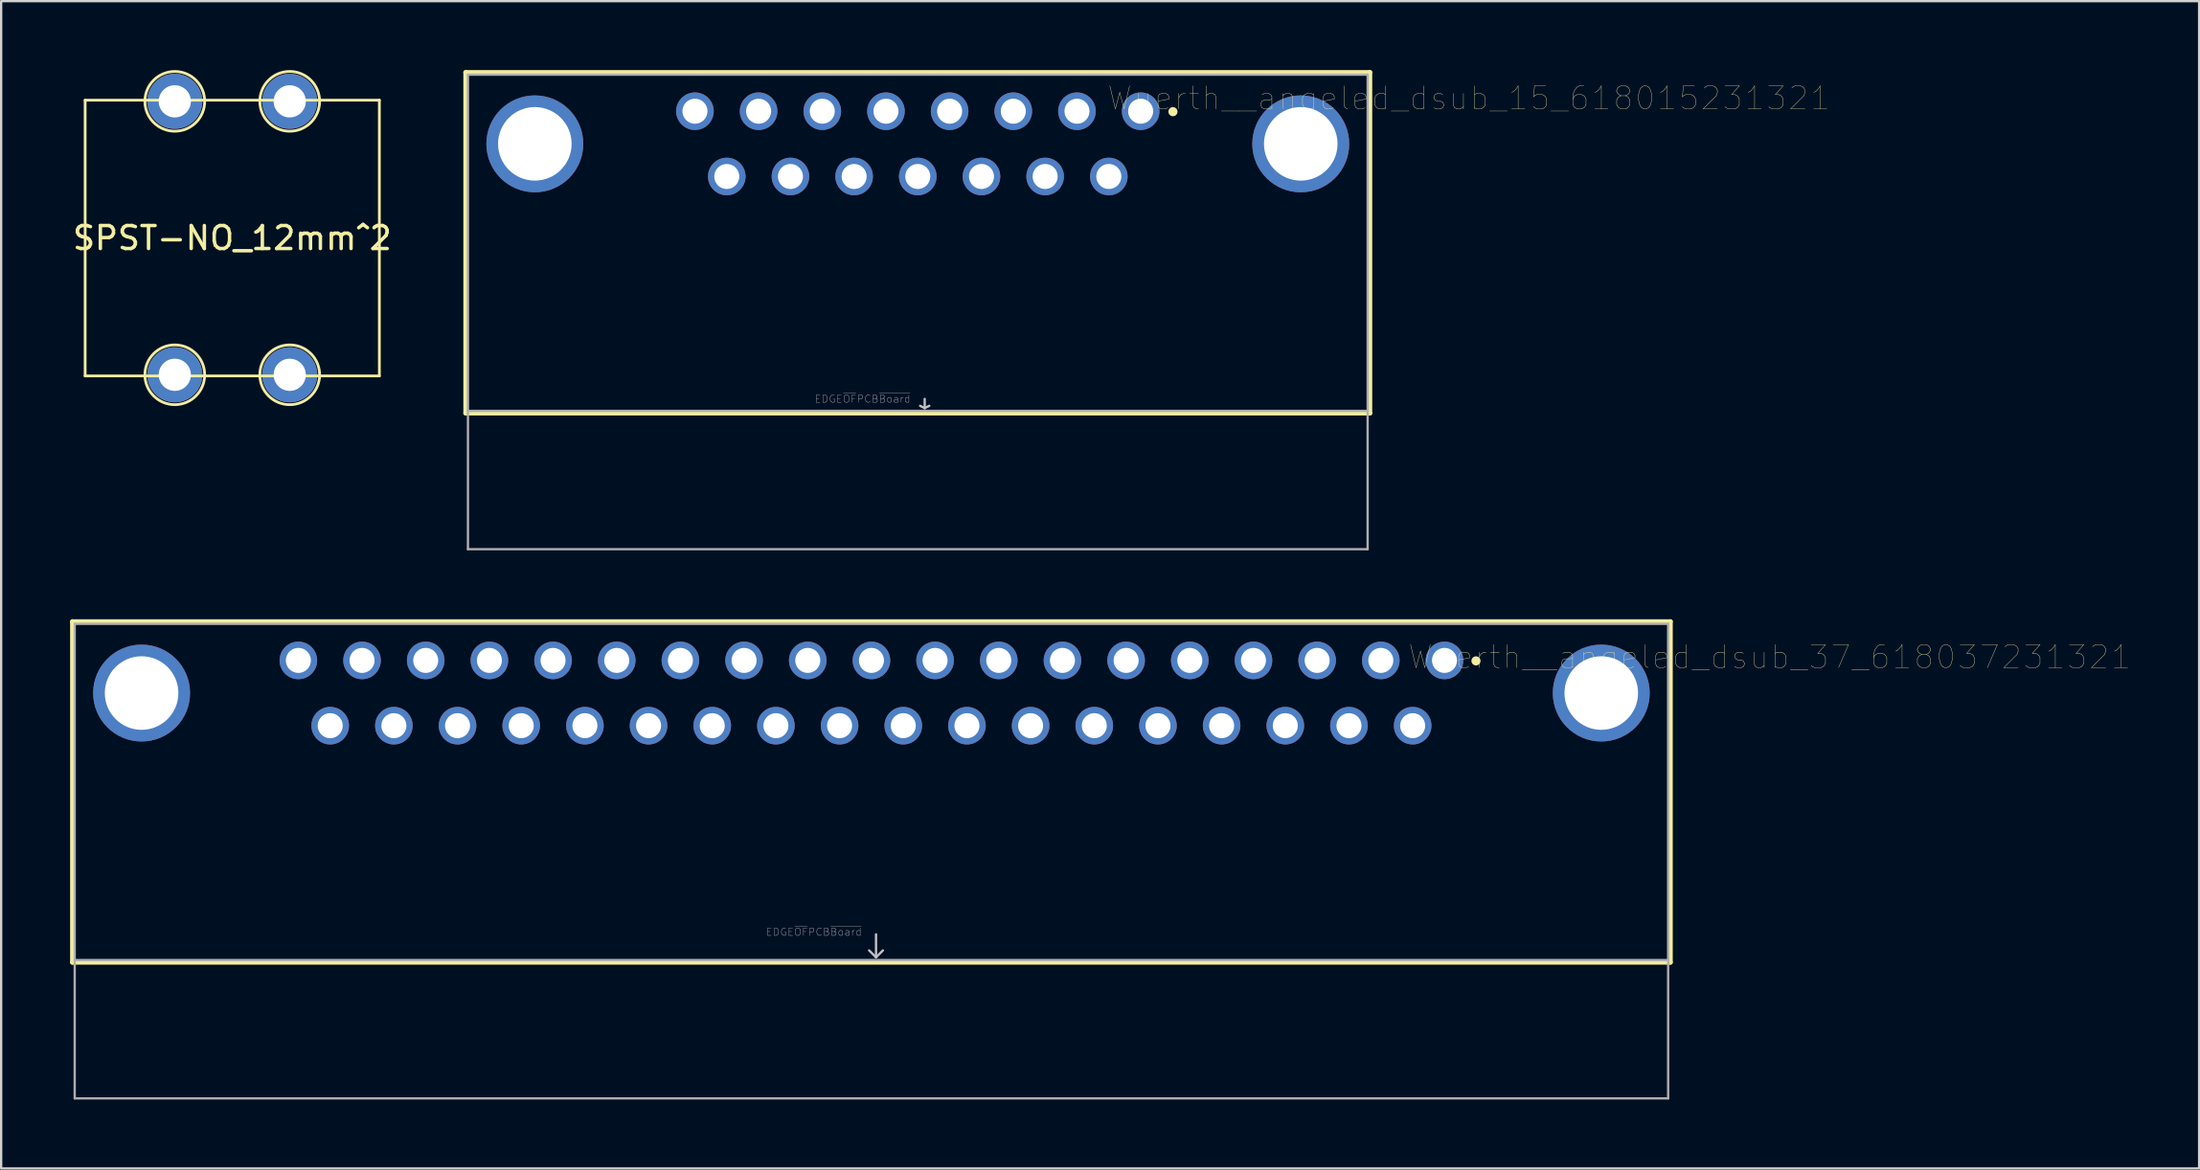
<source format=kicad_pcb>
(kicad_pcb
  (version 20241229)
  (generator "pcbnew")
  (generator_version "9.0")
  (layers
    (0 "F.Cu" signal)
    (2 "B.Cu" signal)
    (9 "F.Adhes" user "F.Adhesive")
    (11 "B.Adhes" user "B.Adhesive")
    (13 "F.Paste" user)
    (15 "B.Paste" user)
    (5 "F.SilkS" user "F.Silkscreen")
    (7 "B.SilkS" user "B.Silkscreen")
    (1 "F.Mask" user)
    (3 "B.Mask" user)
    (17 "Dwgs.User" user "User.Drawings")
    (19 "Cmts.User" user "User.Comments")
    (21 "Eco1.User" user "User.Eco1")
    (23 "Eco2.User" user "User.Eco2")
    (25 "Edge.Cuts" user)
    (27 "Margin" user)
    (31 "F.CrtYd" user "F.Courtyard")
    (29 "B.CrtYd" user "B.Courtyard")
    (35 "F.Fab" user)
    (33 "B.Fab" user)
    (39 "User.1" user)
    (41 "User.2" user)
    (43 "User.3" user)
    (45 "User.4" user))
  (footprint "SPST-NO_12mm^2"
    (layer "F.Cu")
    (at 7.054 7.31)
    (property "Reference" "SPST-NO_12mm^2" (at 0 0 0) (layer "F.SilkS") (effects (font (size 1 1) (thickness 0.15))))
    (attr through_hole)
    (fp_line (start -6.4 -6) (end -6.4 6) (stroke (width 0.12) (type solid)) (layer "F.SilkS"))
    (fp_line (start -6.4 -6) (end 6.4 -6) (stroke (width 0.12) (type solid)) (layer "F.SilkS"))
    (fp_line (start -6.4 6) (end 6.4 6) (stroke (width 0.12) (type solid)) (layer "F.SilkS"))
    (fp_line (start 6.4 -6) (end 6.4 6) (stroke (width 0.12) (type solid)) (layer "F.SilkS"))
    (fp_circle (center -2.5 -5.95) (end -1.2 -5.95) (stroke (width 0.12) (type solid)) (fill no) (layer "F.SilkS"))
    (fp_circle (center -2.5 5.95) (end -1.2 5.95) (stroke (width 0.12) (type solid)) (fill no) (layer "F.SilkS"))
    (fp_circle (center 2.5 -5.95) (end 3.8 -5.95) (stroke (width 0.12) (type solid)) (fill no) (layer "F.SilkS"))
    (fp_circle (center 2.5 5.95) (end 3.8 5.95) (stroke (width 0.12) (type solid)) (fill no) (layer "F.SilkS"))
    (pad "1" thru_hole circle (at -2.5 -5.95) (size 2.4 2.4) (drill 1.4) (layers "*.Cu" "*.Mask"))
    (pad "1" thru_hole circle (at -2.5 5.95) (size 2.4 2.4) (drill 1.4) (layers "*.Cu" "*.Mask"))
    (pad "2" thru_hole circle (at 2.5 -5.95) (size 2.4 2.4) (drill 1.4) (layers "*.Cu" "*.Mask"))
    (pad "2" thru_hole circle (at 2.5 5.95) (size 2.4 2.4) (drill 1.4) (layers "*.Cu" "*.Mask")))
  (footprint "Wuerth__angeled_dsub_37_618037231321"
    (layer "F.Cu")
    (at 34.86 34.425)
    (property "Reference" "Wuerth__angeled_dsub_37_618037231321" (at 39.075 -8.885 0) (layer "F.SilkS") (effects (font (size 1 1) (thickness 0.015))))
    (attr through_hole)
    (fp_line (start -34.76 -10.425) (end 34.76 -10.425) (stroke (width 0.2) (type solid)) (layer "F.SilkS"))
    (fp_line (start -34.76 4.405) (end -34.76 -10.425) (stroke (width 0.2) (type solid)) (layer "F.SilkS"))
    (fp_line (start 34.76 -10.425) (end 34.76 4.405) (stroke (width 0.2) (type solid)) (layer "F.SilkS"))
    (fp_line (start 34.76 4.405) (end -34.76 4.405) (stroke (width 0.2) (type solid)) (layer "F.SilkS"))
    (fp_circle (center 26.3 -8.715) (end 26.4 -8.715) (stroke (width 0.2) (type solid)) (fill no) (layer "F.SilkS"))
    (fp_line (start 0.2 3.185) (end 0.2 4.185) (stroke (width 0.1) (type solid)) (layer "Dwgs.User"))
    (fp_line (start 0.2 4.185) (end -0.1 3.885) (stroke (width 0.1) (type solid)) (layer "Dwgs.User"))
    (fp_line (start 0.2 4.185) (end 0.5 3.885) (stroke (width 0.1) (type solid)) (layer "Dwgs.User"))
    (fp_line (start -34.66 -10.325) (end 34.66 -10.325) (stroke (width 0.1) (type solid)) (layer "F.Fab"))
    (fp_line (start -34.66 4.305) (end -34.66 -10.325) (stroke (width 0.1) (type solid)) (layer "F.Fab"))
    (fp_line (start -34.66 10.325) (end -34.66 4.305) (stroke (width 0.1) (type solid)) (layer "F.Fab"))
    (fp_line (start 34.66 -10.325) (end 34.66 4.305) (stroke (width 0.1) (type solid)) (layer "F.Fab"))
    (fp_line (start 34.66 4.305) (end -34.66 4.305) (stroke (width 0.1) (type solid)) (layer "F.Fab"))
    (fp_line (start 34.66 4.305) (end 34.66 10.325) (stroke (width 0.1) (type solid)) (layer "F.Fab"))
    (fp_line (start 34.66 10.325) (end -34.66 10.325) (stroke (width 0.1) (type solid)) (layer "F.Fab"))
    (fp_text user "EDGE~{OF}PCB~{Board}" (at -2.5 3.085 0) (layer "Dwgs.User") (effects (font (size 0.32 0.32) (thickness 0.015))))
    (pad "1" thru_hole circle (at 24.93 -8.735) (size 1.635 1.635) (drill 1.09) (layers "*.Cu" "*.Mask"))
    (pad "2" thru_hole circle (at 22.16 -8.735) (size 1.635 1.635) (drill 1.09) (layers "*.Cu" "*.Mask"))
    (pad "3" thru_hole circle (at 19.39 -8.735) (size 1.635 1.635) (drill 1.09) (layers "*.Cu" "*.Mask"))
    (pad "4" thru_hole circle (at 16.62 -8.735) (size 1.635 1.635) (drill 1.09) (layers "*.Cu" "*.Mask"))
    (pad "5" thru_hole circle (at 13.85 -8.735) (size 1.635 1.635) (drill 1.09) (layers "*.Cu" "*.Mask"))
    (pad "6" thru_hole circle (at 11.08 -8.735) (size 1.635 1.635) (drill 1.09) (layers "*.Cu" "*.Mask"))
    (pad "7" thru_hole circle (at 8.31 -8.735) (size 1.635 1.635) (drill 1.09) (layers "*.Cu" "*.Mask"))
    (pad "8" thru_hole circle (at 5.54 -8.735) (size 1.635 1.635) (drill 1.09) (layers "*.Cu" "*.Mask"))
    (pad "9" thru_hole circle (at 2.77 -8.735) (size 1.635 1.635) (drill 1.09) (layers "*.Cu" "*.Mask"))
    (pad "10" thru_hole circle (at 0 -8.735) (size 1.635 1.635) (drill 1.09) (layers "*.Cu" "*.Mask"))
    (pad "11" thru_hole circle (at -2.77 -8.735) (size 1.635 1.635) (drill 1.09) (layers "*.Cu" "*.Mask"))
    (pad "12" thru_hole circle (at -5.54 -8.735) (size 1.635 1.635) (drill 1.09) (layers "*.Cu" "*.Mask"))
    (pad "13" thru_hole circle (at -8.31 -8.735) (size 1.635 1.635) (drill 1.09) (layers "*.Cu" "*.Mask"))
    (pad "14" thru_hole circle (at -11.08 -8.735) (size 1.635 1.635) (drill 1.09) (layers "*.Cu" "*.Mask"))
    (pad "15" thru_hole circle (at -13.85 -8.735) (size 1.635 1.635) (drill 1.09) (layers "*.Cu" "*.Mask"))
    (pad "16" thru_hole circle (at -16.62 -8.735) (size 1.635 1.635) (drill 1.09) (layers "*.Cu" "*.Mask"))
    (pad "17" thru_hole circle (at -19.39 -8.735) (size 1.635 1.635) (drill 1.09) (layers "*.Cu" "*.Mask"))
    (pad "18" thru_hole circle (at -22.16 -8.735) (size 1.635 1.635) (drill 1.09) (layers "*.Cu" "*.Mask"))
    (pad "19" thru_hole circle (at -24.93 -8.735) (size 1.635 1.635) (drill 1.09) (layers "*.Cu" "*.Mask"))
    (pad "20" thru_hole circle (at 23.545 -5.895) (size 1.635 1.635) (drill 1.09) (layers "*.Cu" "*.Mask"))
    (pad "21" thru_hole circle (at 20.775 -5.895) (size 1.635 1.635) (drill 1.09) (layers "*.Cu" "*.Mask"))
    (pad "22" thru_hole circle (at 18.005 -5.895) (size 1.635 1.635) (drill 1.09) (layers "*.Cu" "*.Mask"))
    (pad "23" thru_hole circle (at 15.235 -5.895) (size 1.635 1.635) (drill 1.09) (layers "*.Cu" "*.Mask"))
    (pad "24" thru_hole circle (at 12.465 -5.895) (size 1.635 1.635) (drill 1.09) (layers "*.Cu" "*.Mask"))
    (pad "25" thru_hole circle (at 9.695 -5.895) (size 1.635 1.635) (drill 1.09) (layers "*.Cu" "*.Mask"))
    (pad "26" thru_hole circle (at 6.925 -5.895) (size 1.635 1.635) (drill 1.09) (layers "*.Cu" "*.Mask"))
    (pad "27" thru_hole circle (at 4.155 -5.895) (size 1.635 1.635) (drill 1.09) (layers "*.Cu" "*.Mask"))
    (pad "28" thru_hole circle (at 1.385 -5.895) (size 1.635 1.635) (drill 1.09) (layers "*.Cu" "*.Mask"))
    (pad "29" thru_hole circle (at -1.385 -5.895) (size 1.635 1.635) (drill 1.09) (layers "*.Cu" "*.Mask"))
    (pad "30" thru_hole circle (at -4.155 -5.895) (size 1.635 1.635) (drill 1.09) (layers "*.Cu" "*.Mask"))
    (pad "31" thru_hole circle (at -6.925 -5.895) (size 1.635 1.635) (drill 1.09) (layers "*.Cu" "*.Mask"))
    (pad "32" thru_hole circle (at -9.695 -5.895) (size 1.635 1.635) (drill 1.09) (layers "*.Cu" "*.Mask"))
    (pad "33" thru_hole circle (at -12.465 -5.895) (size 1.635 1.635) (drill 1.09) (layers "*.Cu" "*.Mask"))
    (pad "34" thru_hole circle (at -15.235 -5.895) (size 1.635 1.635) (drill 1.09) (layers "*.Cu" "*.Mask"))
    (pad "35" thru_hole circle (at -18.005 -5.895) (size 1.635 1.635) (drill 1.09) (layers "*.Cu" "*.Mask"))
    (pad "36" thru_hole circle (at -20.775 -5.895) (size 1.635 1.635) (drill 1.09) (layers "*.Cu" "*.Mask"))
    (pad "37" thru_hole circle (at -23.545 -5.895) (size 1.635 1.635) (drill 1.09) (layers "*.Cu" "*.Mask"))
    (pad "S1" thru_hole circle (at -31.75 -7.315) (size 4.216 4.216) (drill 3.2) (layers "*.Cu" "*.Mask"))
    (pad "S2" thru_hole circle (at 31.75 -7.315) (size 4.216 4.216) (drill 3.2) (layers "*.Cu" "*.Mask")))
  (footprint "Wuerth__angeled_dsub_15_618015231321"
    (layer "F.Cu")
    (at 36.877 10.525)
    (property "Reference" "Wuerth__angeled_dsub_15_618015231321" (at 23.975 -9.3 0) (layer "F.SilkS") (effects (font (size 1 1) (thickness 0.015))))
    (attr through_hole)
    (fp_line (start -19.67 -10.425) (end 19.67 -10.425) (stroke (width 0.2) (type solid)) (layer "F.SilkS"))
    (fp_line (start -19.67 4.405) (end -19.67 -10.425) (stroke (width 0.2) (type solid)) (layer "F.SilkS"))
    (fp_line (start 19.67 -10.425) (end 19.67 4.405) (stroke (width 0.2) (type solid)) (layer "F.SilkS"))
    (fp_line (start 19.67 4.405) (end -19.67 4.405) (stroke (width 0.2) (type solid)) (layer "F.SilkS"))
    (fp_circle (center 11.1 -8.715) (end 11.2 -8.715) (stroke (width 0.2) (type solid)) (fill no) (layer "F.SilkS"))
    (fp_line (start 0.3 3.785) (end 0.3 4.185) (stroke (width 0.1) (type solid)) (layer "Dwgs.User"))
    (fp_line (start 0.3 4.185) (end 0.1 4.085) (stroke (width 0.1) (type solid)) (layer "Dwgs.User"))
    (fp_line (start 0.3 4.185) (end 0.5 4.085) (stroke (width 0.1) (type solid)) (layer "Dwgs.User"))
    (fp_line (start -19.57 -10.325) (end 19.57 -10.325) (stroke (width 0.1) (type solid)) (layer "F.Fab"))
    (fp_line (start -19.57 4.305) (end -19.57 -10.325) (stroke (width 0.1) (type solid)) (layer "F.Fab"))
    (fp_line (start -19.57 10.325) (end -19.57 4.305) (stroke (width 0.1) (type solid)) (layer "F.Fab"))
    (fp_line (start 19.57 -10.325) (end 19.57 4.305) (stroke (width 0.1) (type solid)) (layer "F.Fab"))
    (fp_line (start 19.57 4.305) (end -19.57 4.305) (stroke (width 0.1) (type solid)) (layer "F.Fab"))
    (fp_line (start 19.57 4.305) (end 19.57 10.325) (stroke (width 0.1) (type solid)) (layer "F.Fab"))
    (fp_line (start 19.57 10.325) (end -19.57 10.325) (stroke (width 0.1) (type solid)) (layer "F.Fab"))
    (fp_text user "EDGE~{OF}PCB~{Board}" (at -2.4 3.785 0) (layer "Dwgs.User") (effects (font (size 0.32 0.32) (thickness 0.015))))
    (pad "1" thru_hole circle (at 9.695 -8.735) (size 1.635 1.635) (drill 1.09) (layers "*.Cu" "*.Mask"))
    (pad "2" thru_hole circle (at 6.925 -8.735) (size 1.635 1.635) (drill 1.09) (layers "*.Cu" "*.Mask"))
    (pad "3" thru_hole circle (at 4.155 -8.735) (size 1.635 1.635) (drill 1.09) (layers "*.Cu" "*.Mask"))
    (pad "4" thru_hole circle (at 1.385 -8.735) (size 1.635 1.635) (drill 1.09) (layers "*.Cu" "*.Mask"))
    (pad "5" thru_hole circle (at -1.385 -8.735) (size 1.635 1.635) (drill 1.09) (layers "*.Cu" "*.Mask"))
    (pad "6" thru_hole circle (at -4.155 -8.735) (size 1.635 1.635) (drill 1.09) (layers "*.Cu" "*.Mask"))
    (pad "7" thru_hole circle (at -6.925 -8.735) (size 1.635 1.635) (drill 1.09) (layers "*.Cu" "*.Mask"))
    (pad "8" thru_hole circle (at -9.695 -8.735) (size 1.635 1.635) (drill 1.09) (layers "*.Cu" "*.Mask"))
    (pad "9" thru_hole circle (at 8.31 -5.895) (size 1.635 1.635) (drill 1.09) (layers "*.Cu" "*.Mask"))
    (pad "10" thru_hole circle (at 5.54 -5.895) (size 1.635 1.635) (drill 1.09) (layers "*.Cu" "*.Mask"))
    (pad "11" thru_hole circle (at 2.77 -5.895) (size 1.635 1.635) (drill 1.09) (layers "*.Cu" "*.Mask"))
    (pad "12" thru_hole circle (at 0 -5.895) (size 1.635 1.635) (drill 1.09) (layers "*.Cu" "*.Mask"))
    (pad "13" thru_hole circle (at -2.77 -5.895) (size 1.635 1.635) (drill 1.09) (layers "*.Cu" "*.Mask"))
    (pad "14" thru_hole circle (at -5.54 -5.895) (size 1.635 1.635) (drill 1.09) (layers "*.Cu" "*.Mask"))
    (pad "15" thru_hole circle (at -8.31 -5.895) (size 1.635 1.635) (drill 1.09) (layers "*.Cu" "*.Mask"))
    (pad "S1" thru_hole circle (at -16.66 -7.315) (size 4.216 4.216) (drill 3.2) (layers "*.Cu" "*.Mask"))
    (pad "S2" thru_hole circle (at 16.66 -7.315) (size 4.216 4.216) (drill 3.2) (layers "*.Cu" "*.Mask")))
  (gr_rect
    (start -3 -3)
    (end 92.619 47.8)
    (stroke (width 0.1) (type default))
    (fill no)
    (layer "Edge.Cuts")))
</source>
